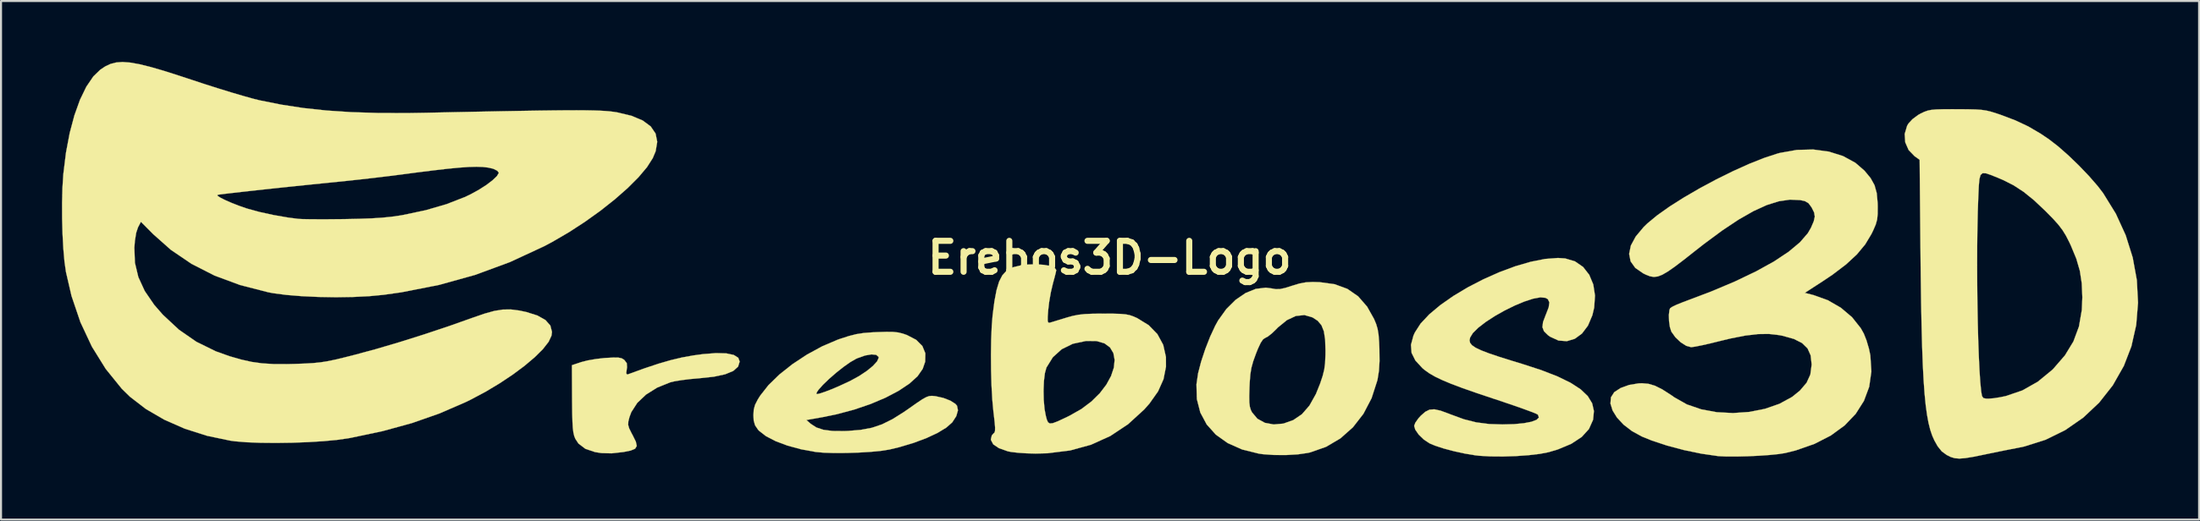
<source format=kicad_pcb>
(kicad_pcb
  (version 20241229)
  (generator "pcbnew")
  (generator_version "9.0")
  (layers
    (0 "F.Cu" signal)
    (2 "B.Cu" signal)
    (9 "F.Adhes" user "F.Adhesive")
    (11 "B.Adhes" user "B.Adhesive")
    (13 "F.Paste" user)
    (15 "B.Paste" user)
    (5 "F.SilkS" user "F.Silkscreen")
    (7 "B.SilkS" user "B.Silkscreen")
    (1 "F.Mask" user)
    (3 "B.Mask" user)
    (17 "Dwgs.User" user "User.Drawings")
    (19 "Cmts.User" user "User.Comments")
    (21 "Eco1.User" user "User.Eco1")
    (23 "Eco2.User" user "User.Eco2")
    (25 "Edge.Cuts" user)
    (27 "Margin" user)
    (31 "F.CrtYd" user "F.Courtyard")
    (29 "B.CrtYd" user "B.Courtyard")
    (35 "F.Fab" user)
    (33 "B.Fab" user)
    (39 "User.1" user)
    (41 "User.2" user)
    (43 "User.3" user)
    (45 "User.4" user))
  (footprint "Erebos3D-Logo"
    (layer "F.Cu")
    (at 51.55 9.65)
    (property "Reference" "Erebos3D-Logo" (at 0 0 0) (layer "F.SilkS") (effects (font (size 1.524 1.524) (thickness 0.3))))
    (attr through_hole)
    (fp_poly (pts (xy -18.86 4.71) (xy -18.493 4.787) (xy -18.272 4.927) (xy -18.203 5.112) (xy -18.282 5.365) (xy -18.518 5.574) (xy -18.913 5.738) (xy -19.47 5.858) (xy -20.189 5.935) (xy -20.193 5.936) (xy -20.637 5.975) (xy -21.061 6.028) (xy -21.414 6.086) (xy -21.616 6.134) (xy -22.26 6.394) (xy -22.808 6.737) (xy -23.24 7.146) (xy -23.535 7.602) (xy -23.627 7.848) (xy -23.682 8.068) (xy -23.69 8.234) (xy -23.64 8.406) (xy -23.522 8.644) (xy -23.464 8.751) (xy -23.312 9.06) (xy -23.267 9.269) (xy -23.347 9.406) (xy -23.564 9.497) (xy -23.923 9.569) (xy -24.504 9.634) (xy -25.008 9.621) (xy -25.315 9.573) (xy -25.793 9.413) (xy -26.135 9.153) (xy -26.29 8.918) (xy -26.344 8.781) (xy -26.384 8.613) (xy -26.413 8.387) (xy -26.431 8.077) (xy -26.443 7.656) (xy -26.449 7.098) (xy -26.45 6.946) (xy -26.458 5.292) (xy -25.993 5.137) (xy -25.68 5.057) (xy -25.276 4.987) (xy -24.86 4.939) (xy -24.786 4.934) (xy -24.415 4.915) (xy -24.172 4.918) (xy -24.015 4.95) (xy -23.904 5.014) (xy -23.874 5.039) (xy -23.759 5.192) (xy -23.745 5.393) (xy -23.76 5.489) (xy -23.784 5.684) (xy -23.748 5.75) (xy -23.697 5.741) (xy -22.893 5.449) (xy -22.205 5.22) (xy -21.598 5.044) (xy -21.035 4.91) (xy -20.479 4.81) (xy -20.005 4.746) (xy -19.366 4.696) (xy -18.86 4.71)) (stroke (width 0.01) (type solid)) (fill yes) (layer "F.SilkS"))
    (fp_poly (pts (xy 10.34 1.202) (xy 11.073 1.302) (xy 11.7 1.532) (xy 12.229 1.898) (xy 12.671 2.406) (xy 13.011 3.012) (xy 13.116 3.263) (xy 13.187 3.503) (xy 13.233 3.78) (xy 13.261 4.142) (xy 13.275 4.487) (xy 13.282 5.084) (xy 13.253 5.568) (xy 13.185 5.99) (xy 13.17 6.054) (xy 12.892 6.916) (xy 12.49 7.686) (xy 11.974 8.35) (xy 11.358 8.897) (xy 10.653 9.313) (xy 9.872 9.587) (xy 9.751 9.614) (xy 9.269 9.684) (xy 8.693 9.718) (xy 8.095 9.716) (xy 7.546 9.677) (xy 7.346 9.649) (xy 6.52 9.444) (xy 5.813 9.13) (xy 5.23 8.716) (xy 4.778 8.212) (xy 4.464 7.625) (xy 4.294 6.964) (xy 4.29 6.823) (xy 6.87 6.823) (xy 6.875 7.125) (xy 6.901 7.338) (xy 6.952 7.503) (xy 7.007 7.613) (xy 7.272 7.929) (xy 7.638 8.13) (xy 8.074 8.212) (xy 8.552 8.169) (xy 9.04 7.995) (xy 9.465 7.705) (xy 9.833 7.281) (xy 10.151 6.713) (xy 10.36 6.194) (xy 10.485 5.818) (xy 10.563 5.502) (xy 10.604 5.182) (xy 10.621 4.788) (xy 10.623 4.572) (xy 10.606 4.029) (xy 10.544 3.622) (xy 10.425 3.323) (xy 10.239 3.103) (xy 9.988 2.938) (xy 9.588 2.821) (xy 9.163 2.866) (xy 8.726 3.07) (xy 8.286 3.429) (xy 8.202 3.516) (xy 7.981 3.728) (xy 7.779 3.885) (xy 7.663 3.944) (xy 7.552 4.016) (xy 7.434 4.19) (xy 7.294 4.491) (xy 7.201 4.725) (xy 7.066 5.099) (xy 6.978 5.418) (xy 6.924 5.746) (xy 6.893 6.148) (xy 6.882 6.392) (xy 6.87 6.823) (xy 4.29 6.823) (xy 4.274 6.237) (xy 4.354 5.691) (xy 4.503 5.119) (xy 4.708 4.499) (xy 4.946 3.89) (xy 5.195 3.353) (xy 5.341 3.088) (xy 5.742 2.527) (xy 6.198 2.073) (xy 6.689 1.737) (xy 7.192 1.532) (xy 7.686 1.472) (xy 7.952 1.506) (xy 8.176 1.545) (xy 8.384 1.541) (xy 8.634 1.487) (xy 8.973 1.38) (xy 9.343 1.268) (xy 9.658 1.209) (xy 9.998 1.192) (xy 10.34 1.202)) (stroke (width 0.01) (type solid)) (fill yes) (layer "F.SilkS"))
    (fp_poly (pts (xy -10.657 3.652) (xy -10.405 3.679) (xy -10.182 3.733) (xy -9.973 3.806) (xy -9.518 4.042) (xy -9.215 4.345) (xy -9.066 4.707) (xy -9.075 5.118) (xy -9.197 5.472) (xy -9.449 5.835) (xy -9.851 6.199) (xy -10.384 6.555) (xy -11.028 6.893) (xy -11.765 7.205) (xy -12.576 7.481) (xy -13.441 7.712) (xy -14.128 7.852) (xy -14.921 7.993) (xy -14.698 8.185) (xy -14.426 8.361) (xy -14.08 8.475) (xy -13.632 8.532) (xy -13.056 8.537) (xy -12.869 8.53) (xy -12.245 8.478) (xy -11.703 8.376) (xy -11.198 8.206) (xy -10.686 7.952) (xy -10.122 7.598) (xy -9.866 7.42) (xy -9.491 7.156) (xy -9.223 6.977) (xy -9.029 6.868) (xy -8.88 6.814) (xy -8.742 6.802) (xy -8.586 6.817) (xy -8.558 6.821) (xy -8.181 6.905) (xy -7.843 7.036) (xy -7.593 7.193) (xy -7.508 7.289) (xy -7.463 7.515) (xy -7.544 7.8) (xy -7.738 8.101) (xy -7.745 8.11) (xy -8.034 8.365) (xy -8.465 8.627) (xy -9.011 8.882) (xy -9.644 9.119) (xy -10.339 9.327) (xy -10.837 9.447) (xy -11.232 9.51) (xy -11.748 9.56) (xy -12.337 9.596) (xy -12.952 9.616) (xy -13.544 9.619) (xy -14.067 9.602) (xy -14.457 9.567) (xy -15.181 9.435) (xy -15.85 9.253) (xy -16.437 9.033) (xy -16.914 8.785) (xy -17.254 8.519) (xy -17.303 8.464) (xy -17.447 8.252) (xy -17.513 8.015) (xy -17.526 7.754) (xy -17.51 7.479) (xy -17.446 7.244) (xy -17.311 6.98) (xy -17.195 6.795) (xy -17.115 6.693) (xy -14.431 6.693) (xy -14.393 6.717) (xy -14.256 6.685) (xy -13.992 6.598) (xy -13.695 6.484) (xy -13.312 6.321) (xy -12.907 6.134) (xy -12.726 6.046) (xy -12.31 5.817) (xy -11.942 5.571) (xy -11.645 5.327) (xy -11.444 5.107) (xy -11.363 4.931) (xy -11.368 4.884) (xy -11.483 4.782) (xy -11.715 4.759) (xy -12.03 4.813) (xy -12.396 4.942) (xy -12.483 4.981) (xy -12.759 5.14) (xy -13.096 5.378) (xy -13.458 5.665) (xy -13.807 5.97) (xy -14.109 6.261) (xy -14.327 6.507) (xy -14.4 6.616) (xy -14.431 6.693) (xy -17.115 6.693) (xy -16.788 6.276) (xy -16.248 5.75) (xy -15.605 5.24) (xy -14.893 4.77) (xy -14.144 4.362) (xy -13.391 4.04) (xy -13.273 3.998) (xy -12.833 3.856) (xy -12.467 3.763) (xy -12.103 3.706) (xy -11.672 3.673) (xy -11.43 3.662) (xy -10.982 3.648) (xy -10.657 3.652)) (stroke (width 0.01) (type solid)) (fill yes) (layer "F.SilkS"))
    (fp_poly (pts (xy -3.224 0.349) (xy -2.915 0.405) (xy -2.704 0.491) (xy -2.625 0.603) (xy -2.625 0.604) (xy -2.646 0.717) (xy -2.703 0.947) (xy -2.784 1.246) (xy -2.796 1.292) (xy -2.893 1.706) (xy -2.975 2.181) (xy -3.021 2.571) (xy -3.045 2.902) (xy -3.047 3.097) (xy -3.023 3.186) (xy -2.965 3.202) (xy -2.913 3.19) (xy -2.757 3.143) (xy -2.492 3.062) (xy -2.17 2.964) (xy -2.117 2.947) (xy -1.819 2.864) (xy -1.535 2.808) (xy -1.219 2.773) (xy -0.826 2.756) (xy -0.309 2.752) (xy -0.296 2.752) (xy 0.185 2.754) (xy 0.535 2.764) (xy 0.791 2.787) (xy 0.992 2.827) (xy 1.175 2.891) (xy 1.355 2.971) (xy 1.923 3.32) (xy 2.352 3.762) (xy 2.637 4.287) (xy 2.772 4.888) (xy 2.774 5.367) (xy 2.652 5.982) (xy 2.384 6.583) (xy 1.959 7.184) (xy 1.705 7.471) (xy 0.909 8.199) (xy 0.038 8.778) (xy -0.913 9.209) (xy -1.946 9.493) (xy -3.063 9.631) (xy -3.641 9.645) (xy -4.076 9.634) (xy -4.491 9.607) (xy -4.832 9.568) (xy -5.008 9.534) (xy -5.447 9.379) (xy -5.725 9.192) (xy -5.839 8.978) (xy -5.842 8.935) (xy -5.795 8.748) (xy -5.717 8.659) (xy -5.665 8.612) (xy -5.638 8.521) (xy -5.635 8.357) (xy -5.657 8.091) (xy -5.702 7.694) (xy -5.717 7.578) (xy -5.771 7.002) (xy -5.797 6.531) (xy -3.251 6.531) (xy -3.241 7.008) (xy -3.201 7.454) (xy -3.142 7.771) (xy -3.089 7.975) (xy -3.03 8.105) (xy -2.941 8.163) (xy -2.793 8.148) (xy -2.561 8.061) (xy -2.218 7.901) (xy -1.962 7.777) (xy -1.386 7.45) (xy -0.892 7.077) (xy -0.481 6.671) (xy -0.159 6.248) (xy 0.072 5.824) (xy 0.209 5.413) (xy 0.248 5.032) (xy 0.186 4.695) (xy 0.02 4.417) (xy -0.254 4.215) (xy -0.638 4.103) (xy -1.137 4.097) (xy -1.166 4.099) (xy -1.813 4.237) (xy -2.357 4.505) (xy -2.792 4.898) (xy -3.108 5.408) (xy -3.184 5.681) (xy -3.232 6.072) (xy -3.251 6.531) (xy -5.797 6.531) (xy -5.81 6.31) (xy -5.832 5.549) (xy -5.838 4.769) (xy -5.827 4.017) (xy -5.798 3.341) (xy -5.757 2.836) (xy -5.667 2.14) (xy -5.563 1.592) (xy -5.438 1.175) (xy -5.281 0.868) (xy -5.085 0.651) (xy -4.841 0.504) (xy -4.724 0.46) (xy -4.379 0.377) (xy -3.991 0.332) (xy -3.594 0.323) (xy -3.224 0.349)) (stroke (width 0.01) (type solid)) (fill yes) (layer "F.SilkS"))
    (fp_poly (pts (xy 22.419 0.033) (xy 22.901 0.177) (xy 23.299 0.452) (xy 23.601 0.838) (xy 23.8 1.314) (xy 23.884 1.86) (xy 23.844 2.454) (xy 23.755 2.831) (xy 23.538 3.343) (xy 23.244 3.732) (xy 22.892 3.99) (xy 22.501 4.108) (xy 22.089 4.077) (xy 21.677 3.889) (xy 21.564 3.808) (xy 21.375 3.621) (xy 21.298 3.421) (xy 21.327 3.167) (xy 21.459 2.818) (xy 21.468 2.798) (xy 21.605 2.443) (xy 21.639 2.199) (xy 21.569 2.045) (xy 21.451 1.973) (xy 21.196 1.949) (xy 20.838 2.015) (xy 20.406 2.156) (xy 19.928 2.356) (xy 19.434 2.599) (xy 18.952 2.872) (xy 18.513 3.158) (xy 18.144 3.442) (xy 17.875 3.708) (xy 17.74 3.928) (xy 17.712 4.064) (xy 17.737 4.188) (xy 17.831 4.307) (xy 18.007 4.429) (xy 18.282 4.56) (xy 18.668 4.709) (xy 19.181 4.882) (xy 19.836 5.087) (xy 20.27 5.219) (xy 21.234 5.532) (xy 22.036 5.843) (xy 22.681 6.157) (xy 23.177 6.479) (xy 23.529 6.815) (xy 23.745 7.17) (xy 23.831 7.549) (xy 23.793 7.957) (xy 23.784 7.994) (xy 23.586 8.437) (xy 23.23 8.828) (xy 22.719 9.164) (xy 22.057 9.442) (xy 21.603 9.577) (xy 21.172 9.66) (xy 20.621 9.725) (xy 19.999 9.769) (xy 19.355 9.79) (xy 18.737 9.785) (xy 18.194 9.754) (xy 17.992 9.731) (xy 17.481 9.646) (xy 16.949 9.53) (xy 16.446 9.397) (xy 16.02 9.259) (xy 15.749 9.145) (xy 15.46 8.954) (xy 15.211 8.714) (xy 15.041 8.468) (xy 14.986 8.281) (xy 15.043 8.127) (xy 15.19 7.917) (xy 15.315 7.779) (xy 15.534 7.587) (xy 15.743 7.483) (xy 15.981 7.465) (xy 16.285 7.532) (xy 16.694 7.682) (xy 16.764 7.71) (xy 17.429 7.954) (xy 18.04 8.108) (xy 18.674 8.19) (xy 19.33 8.211) (xy 19.905 8.196) (xy 20.386 8.15) (xy 20.759 8.078) (xy 21.009 7.983) (xy 21.122 7.872) (xy 21.084 7.746) (xy 21.049 7.712) (xy 20.938 7.659) (xy 20.689 7.563) (xy 20.326 7.43) (xy 19.871 7.271) (xy 19.347 7.093) (xy 18.897 6.943) (xy 18.065 6.664) (xy 17.377 6.423) (xy 16.817 6.213) (xy 16.366 6.024) (xy 16.006 5.851) (xy 15.719 5.684) (xy 15.488 5.517) (xy 15.39 5.434) (xy 15.044 5.057) (xy 14.859 4.684) (xy 14.829 4.288) (xy 14.949 3.842) (xy 15.019 3.683) (xy 15.304 3.24) (xy 15.732 2.784) (xy 16.28 2.326) (xy 16.922 1.877) (xy 17.636 1.45) (xy 18.397 1.057) (xy 19.18 0.709) (xy 19.963 0.418) (xy 20.721 0.197) (xy 21.429 0.057) (xy 22.065 0.009) (xy 22.419 0.033)) (stroke (width 0.01) (type solid)) (fill yes) (layer "F.SilkS"))
    (fp_poly (pts (xy 41.698 -7.32) (xy 42.215 -7.317) (xy 42.603 -7.308) (xy 42.901 -7.288) (xy 43.15 -7.251) (xy 43.389 -7.192) (xy 43.659 -7.107) (xy 43.834 -7.048) (xy 44.569 -6.77) (xy 45.206 -6.47) (xy 45.818 -6.111) (xy 46.228 -5.834) (xy 46.677 -5.486) (xy 47.181 -5.042) (xy 47.7 -4.541) (xy 48.195 -4.024) (xy 48.623 -3.531) (xy 48.889 -3.184) (xy 49.513 -2.172) (xy 49.999 -1.109) (xy 50.344 -0.011) (xy 50.547 1.103) (xy 50.605 2.215) (xy 50.516 3.308) (xy 50.279 4.363) (xy 49.907 5.326) (xy 49.363 6.284) (xy 48.692 7.137) (xy 47.908 7.875) (xy 47.025 8.488) (xy 46.056 8.965) (xy 45.016 9.295) (xy 44.671 9.367) (xy 44.291 9.44) (xy 43.816 9.535) (xy 43.318 9.637) (xy 43.011 9.701) (xy 42.494 9.806) (xy 42.107 9.869) (xy 41.818 9.892) (xy 41.592 9.874) (xy 41.395 9.816) (xy 41.195 9.717) (xy 41.19 9.714) (xy 40.948 9.538) (xy 40.744 9.283) (xy 40.586 9.002) (xy 40.477 8.758) (xy 40.381 8.472) (xy 40.296 8.133) (xy 40.222 7.731) (xy 40.157 7.254) (xy 40.102 6.692) (xy 40.055 6.034) (xy 40.015 5.268) (xy 39.982 4.385) (xy 39.955 3.372) (xy 39.932 2.22) (xy 39.914 0.917) (xy 39.908 0.35) (xy 42.688 0.35) (xy 42.692 1.298) (xy 42.702 2.244) (xy 42.719 3.163) (xy 42.741 4.033) (xy 42.77 4.83) (xy 42.803 5.53) (xy 42.841 6.11) (xy 42.884 6.546) (xy 42.888 6.583) (xy 42.927 6.808) (xy 42.995 6.912) (xy 43.139 6.94) (xy 43.249 6.941) (xy 43.501 6.921) (xy 43.835 6.868) (xy 44.103 6.812) (xy 44.912 6.536) (xy 45.676 6.104) (xy 46.376 5.528) (xy 46.44 5.465) (xy 47.01 4.806) (xy 47.426 4.122) (xy 47.699 3.386) (xy 47.84 2.57) (xy 47.866 1.947) (xy 47.836 1.256) (xy 47.743 0.643) (xy 47.569 0.045) (xy 47.301 -0.602) (xy 47.226 -0.762) (xy 47.061 -1.086) (xy 46.892 -1.361) (xy 46.689 -1.628) (xy 46.422 -1.926) (xy 46.061 -2.293) (xy 46.025 -2.328) (xy 45.477 -2.844) (xy 44.98 -3.246) (xy 44.491 -3.566) (xy 43.969 -3.831) (xy 43.701 -3.945) (xy 43.358 -4.083) (xy 43.115 -4.163) (xy 42.954 -4.167) (xy 42.855 -4.077) (xy 42.8 -3.874) (xy 42.77 -3.54) (xy 42.748 -3.057) (xy 42.746 -3.006) (xy 42.72 -2.28) (xy 42.702 -1.463) (xy 42.691 -0.579) (xy 42.688 0.35) (xy 39.908 0.35) (xy 39.903 -0.107) (xy 39.859 -4.828) (xy 39.613 -5.003) (xy 39.317 -5.309) (xy 39.151 -5.688) (xy 39.123 -6.099) (xy 39.241 -6.499) (xy 39.307 -6.613) (xy 39.504 -6.827) (xy 39.783 -7.035) (xy 39.92 -7.112) (xy 40.09 -7.192) (xy 40.249 -7.249) (xy 40.43 -7.286) (xy 40.668 -7.308) (xy 40.993 -7.318) (xy 41.439 -7.321) (xy 41.698 -7.32)) (stroke (width 0.01) (type solid)) (fill yes) (layer "F.SilkS"))
    (fp_poly (pts (xy 35.389 -5.232) (xy 36.088 -5.012) (xy 36.696 -4.68) (xy 37.147 -4.289) (xy 37.446 -3.926) (xy 37.64 -3.576) (xy 37.748 -3.185) (xy 37.792 -2.7) (xy 37.796 -2.536) (xy 37.794 -2.163) (xy 37.768 -1.889) (xy 37.701 -1.645) (xy 37.579 -1.36) (xy 37.487 -1.171) (xy 37.181 -0.66) (xy 36.771 -0.167) (xy 36.24 0.325) (xy 35.572 0.833) (xy 35.116 1.139) (xy 34.208 1.728) (xy 34.634 1.837) (xy 35.34 2.09) (xy 35.983 2.461) (xy 36.534 2.929) (xy 36.964 3.47) (xy 37.113 3.738) (xy 37.243 4.067) (xy 37.362 4.47) (xy 37.433 4.805) (xy 37.484 5.602) (xy 37.377 6.354) (xy 37.117 7.052) (xy 36.712 7.69) (xy 36.168 8.26) (xy 35.49 8.755) (xy 34.685 9.168) (xy 33.761 9.491) (xy 33.236 9.621) (xy 32.914 9.671) (xy 32.469 9.716) (xy 31.947 9.752) (xy 31.392 9.778) (xy 30.851 9.791) (xy 30.369 9.791) (xy 29.993 9.774) (xy 29.93 9.768) (xy 29.116 9.65) (xy 28.266 9.474) (xy 27.434 9.253) (xy 26.675 9.002) (xy 26.191 8.805) (xy 25.702 8.537) (xy 25.291 8.221) (xy 24.969 7.876) (xy 24.75 7.523) (xy 24.646 7.183) (xy 24.669 6.875) (xy 24.831 6.622) (xy 25.145 6.416) (xy 25.565 6.264) (xy 26.032 6.187) (xy 26.197 6.181) (xy 26.514 6.209) (xy 26.833 6.303) (xy 27.189 6.48) (xy 27.617 6.754) (xy 27.793 6.878) (xy 28.406 7.224) (xy 29.111 7.466) (xy 29.879 7.608) (xy 30.678 7.65) (xy 31.478 7.594) (xy 32.25 7.441) (xy 32.961 7.194) (xy 33.583 6.855) (xy 33.97 6.541) (xy 34.297 6.156) (xy 34.481 5.753) (xy 34.543 5.285) (xy 34.544 5.237) (xy 34.496 4.807) (xy 34.344 4.466) (xy 34.073 4.2) (xy 33.669 3.997) (xy 33.118 3.843) (xy 32.935 3.808) (xy 32.442 3.752) (xy 31.898 3.759) (xy 31.276 3.833) (xy 30.548 3.976) (xy 29.989 4.111) (xy 29.553 4.219) (xy 29.156 4.308) (xy 28.838 4.372) (xy 28.637 4.402) (xy 28.611 4.403) (xy 28.373 4.336) (xy 28.099 4.161) (xy 27.841 3.917) (xy 27.646 3.644) (xy 27.639 3.632) (xy 27.569 3.41) (xy 27.528 3.115) (xy 27.52 2.813) (xy 27.548 2.572) (xy 27.581 2.487) (xy 27.687 2.414) (xy 27.908 2.308) (xy 28.199 2.192) (xy 28.236 2.178) (xy 29.584 1.668) (xy 30.778 1.164) (xy 31.815 0.667) (xy 32.694 0.181) (xy 33.412 -0.296) (xy 33.967 -0.76) (xy 34.357 -1.211) (xy 34.514 -1.482) (xy 34.649 -1.799) (xy 34.7 -2.029) (xy 34.668 -2.23) (xy 34.554 -2.461) (xy 34.538 -2.489) (xy 34.391 -2.689) (xy 34.209 -2.794) (xy 33.984 -2.842) (xy 33.481 -2.865) (xy 32.936 -2.786) (xy 32.341 -2.6) (xy 31.685 -2.301) (xy 30.958 -1.886) (xy 30.151 -1.349) (xy 29.254 -0.686) (xy 28.808 -0.337) (xy 28.261 0.095) (xy 27.825 0.427) (xy 27.48 0.669) (xy 27.204 0.83) (xy 26.979 0.919) (xy 26.782 0.943) (xy 26.595 0.913) (xy 26.397 0.836) (xy 26.251 0.764) (xy 25.866 0.498) (xy 25.637 0.176) (xy 25.565 -0.193) (xy 25.649 -0.603) (xy 25.888 -1.046) (xy 26.281 -1.516) (xy 26.466 -1.696) (xy 26.945 -2.092) (xy 27.553 -2.523) (xy 28.261 -2.972) (xy 29.037 -3.423) (xy 29.851 -3.86) (xy 30.67 -4.265) (xy 31.465 -4.624) (xy 32.204 -4.918) (xy 32.857 -5.132) (xy 32.987 -5.167) (xy 33.816 -5.314) (xy 34.624 -5.334) (xy 35.389 -5.232)) (stroke (width 0.01) (type solid)) (fill yes) (layer "F.SilkS"))
    (fp_poly (pts (xy -48.196 -9.617) (xy -47.743 -9.537) (xy -47.196 -9.402) (xy -46.538 -9.211) (xy -45.752 -8.96) (xy -45.172 -8.769) (xy -44.511 -8.551) (xy -43.847 -8.34) (xy -43.214 -8.145) (xy -42.643 -7.977) (xy -42.166 -7.843) (xy -41.816 -7.755) (xy -41.809 -7.754) (xy -40.757 -7.544) (xy -39.675 -7.378) (xy -38.537 -7.256) (xy -37.32 -7.175) (xy -35.999 -7.134) (xy -34.55 -7.13) (xy -33.655 -7.144) (xy -32.245 -7.174) (xy -30.993 -7.199) (xy -29.889 -7.221) (xy -28.921 -7.238) (xy -28.08 -7.252) (xy -27.355 -7.261) (xy -26.734 -7.267) (xy -26.207 -7.268) (xy -25.763 -7.265) (xy -25.392 -7.258) (xy -25.082 -7.248) (xy -24.823 -7.233) (xy -24.604 -7.215) (xy -24.415 -7.192) (xy -24.244 -7.166) (xy -24.222 -7.162) (xy -23.522 -6.994) (xy -22.974 -6.763) (xy -22.58 -6.471) (xy -22.341 -6.12) (xy -22.26 -5.713) (xy -22.337 -5.251) (xy -22.479 -4.911) (xy -22.763 -4.466) (xy -23.182 -3.968) (xy -23.717 -3.433) (xy -24.347 -2.879) (xy -25.053 -2.32) (xy -25.815 -1.774) (xy -26.613 -1.255) (xy -27.428 -0.78) (xy -27.832 -0.566) (xy -29.507 0.211) (xy -31.221 0.843) (xy -32.997 1.337) (xy -34.858 1.702) (xy -35.723 1.824) (xy -36.425 1.891) (xy -37.22 1.93) (xy -38.067 1.943) (xy -38.925 1.929) (xy -39.754 1.891) (xy -40.513 1.829) (xy -41.163 1.743) (xy -41.402 1.698) (xy -42.784 1.343) (xy -44.04 0.878) (xy -45.174 0.3) (xy -46.192 -0.391) (xy -47.053 -1.156) (xy -47.666 -1.773) (xy -47.809 -1.5) (xy -47.899 -1.231) (xy -47.963 -0.829) (xy -47.989 -0.496) (xy -47.961 0.246) (xy -47.793 0.951) (xy -47.479 1.635) (xy -47.012 2.318) (xy -46.588 2.804) (xy -45.793 3.545) (xy -44.934 4.14) (xy -43.984 4.607) (xy -43.307 4.849) (xy -42.736 5.013) (xy -42.217 5.129) (xy -41.7 5.201) (xy -41.138 5.236) (xy -40.481 5.238) (xy -40.085 5.229) (xy -39.593 5.211) (xy -39.194 5.188) (xy -38.845 5.153) (xy -38.501 5.1) (xy -38.118 5.021) (xy -37.653 4.91) (xy -37.169 4.787) (xy -36.114 4.502) (xy -34.954 4.16) (xy -33.738 3.777) (xy -32.514 3.369) (xy -31.341 2.953) (xy -30.752 2.75) (xy -30.272 2.617) (xy -29.858 2.551) (xy -29.465 2.546) (xy -29.052 2.598) (xy -28.702 2.672) (xy -28.156 2.844) (xy -27.76 3.067) (xy -27.52 3.337) (xy -27.439 3.651) (xy -27.463 3.838) (xy -27.606 4.142) (xy -27.886 4.5) (xy -28.286 4.897) (xy -28.786 5.32) (xy -29.37 5.755) (xy -30.019 6.187) (xy -30.715 6.604) (xy -31.441 6.99) (xy -31.684 7.109) (xy -32.975 7.669) (xy -34.329 8.143) (xy -35.778 8.541) (xy -37.352 8.873) (xy -37.465 8.893) (xy -38.017 8.972) (xy -38.686 9.035) (xy -39.435 9.081) (xy -40.226 9.111) (xy -41.02 9.122) (xy -41.778 9.115) (xy -42.464 9.088) (xy -43.038 9.041) (xy -43.265 9.01) (xy -44.415 8.769) (xy -45.506 8.421) (xy -46.516 7.977) (xy -47.424 7.448) (xy -48.207 6.844) (xy -48.607 6.452) (xy -49.398 5.474) (xy -50.079 4.376) (xy -50.642 3.174) (xy -51.08 1.882) (xy -51.354 0.699) (xy -51.427 0.188) (xy -51.483 -0.45) (xy -51.522 -1.173) (xy -51.543 -1.94) (xy -51.545 -2.708) (xy -51.535 -3.1) (xy -43.9 -3.1) (xy -43.894 -3.053) (xy -43.758 -2.963) (xy -43.52 -2.843) (xy -43.21 -2.707) (xy -42.856 -2.568) (xy -42.486 -2.439) (xy -42.429 -2.421) (xy -41.827 -2.256) (xy -41.13 -2.104) (xy -40.412 -1.98) (xy -39.92 -1.917) (xy -39.737 -1.907) (xy -39.415 -1.901) (xy -38.983 -1.898) (xy -38.471 -1.898) (xy -37.91 -1.903) (xy -37.677 -1.905) (xy -36.93 -1.92) (xy -36.317 -1.942) (xy -35.799 -1.975) (xy -35.342 -2.021) (xy -34.909 -2.083) (xy -34.756 -2.11) (xy -33.647 -2.345) (xy -32.627 -2.642) (xy -31.727 -2.992) (xy -31.445 -3.126) (xy -31.039 -3.349) (xy -30.669 -3.586) (xy -30.364 -3.818) (xy -30.151 -4.021) (xy -30.058 -4.175) (xy -30.057 -4.194) (xy -30.13 -4.288) (xy -30.313 -4.379) (xy -30.374 -4.398) (xy -30.592 -4.446) (xy -30.846 -4.475) (xy -31.156 -4.485) (xy -31.535 -4.475) (xy -32.003 -4.442) (xy -32.575 -4.387) (xy -33.267 -4.307) (xy -34.097 -4.203) (xy -34.845 -4.104) (xy -35.445 -4.028) (xy -36.15 -3.943) (xy -36.899 -3.858) (xy -37.627 -3.779) (xy -38.147 -3.726) (xy -38.759 -3.665) (xy -39.418 -3.598) (xy -40.103 -3.527) (xy -40.791 -3.455) (xy -41.461 -3.383) (xy -42.092 -3.314) (xy -42.662 -3.251) (xy -43.149 -3.196) (xy -43.532 -3.151) (xy -43.79 -3.118) (xy -43.9 -3.1) (xy -51.535 -3.1) (xy -51.527 -3.437) (xy -51.486 -4.083) (xy -51.481 -4.143) (xy -51.353 -5.181) (xy -51.171 -6.144) (xy -50.939 -7.016) (xy -50.665 -7.782) (xy -50.353 -8.426) (xy -50.009 -8.933) (xy -49.667 -9.265) (xy -49.42 -9.429) (xy -49.167 -9.549) (xy -48.89 -9.621) (xy -48.572 -9.645) (xy -48.196 -9.617)) (stroke (width 0.01) (type solid)) (fill yes) (layer "F.SilkS")))
  (gr_rect
    (start -3 -3)
    (end 105.16 22.547)
    (stroke (width 0.1) (type default))
    (fill no)
    (layer "Edge.Cuts")))
</source>
